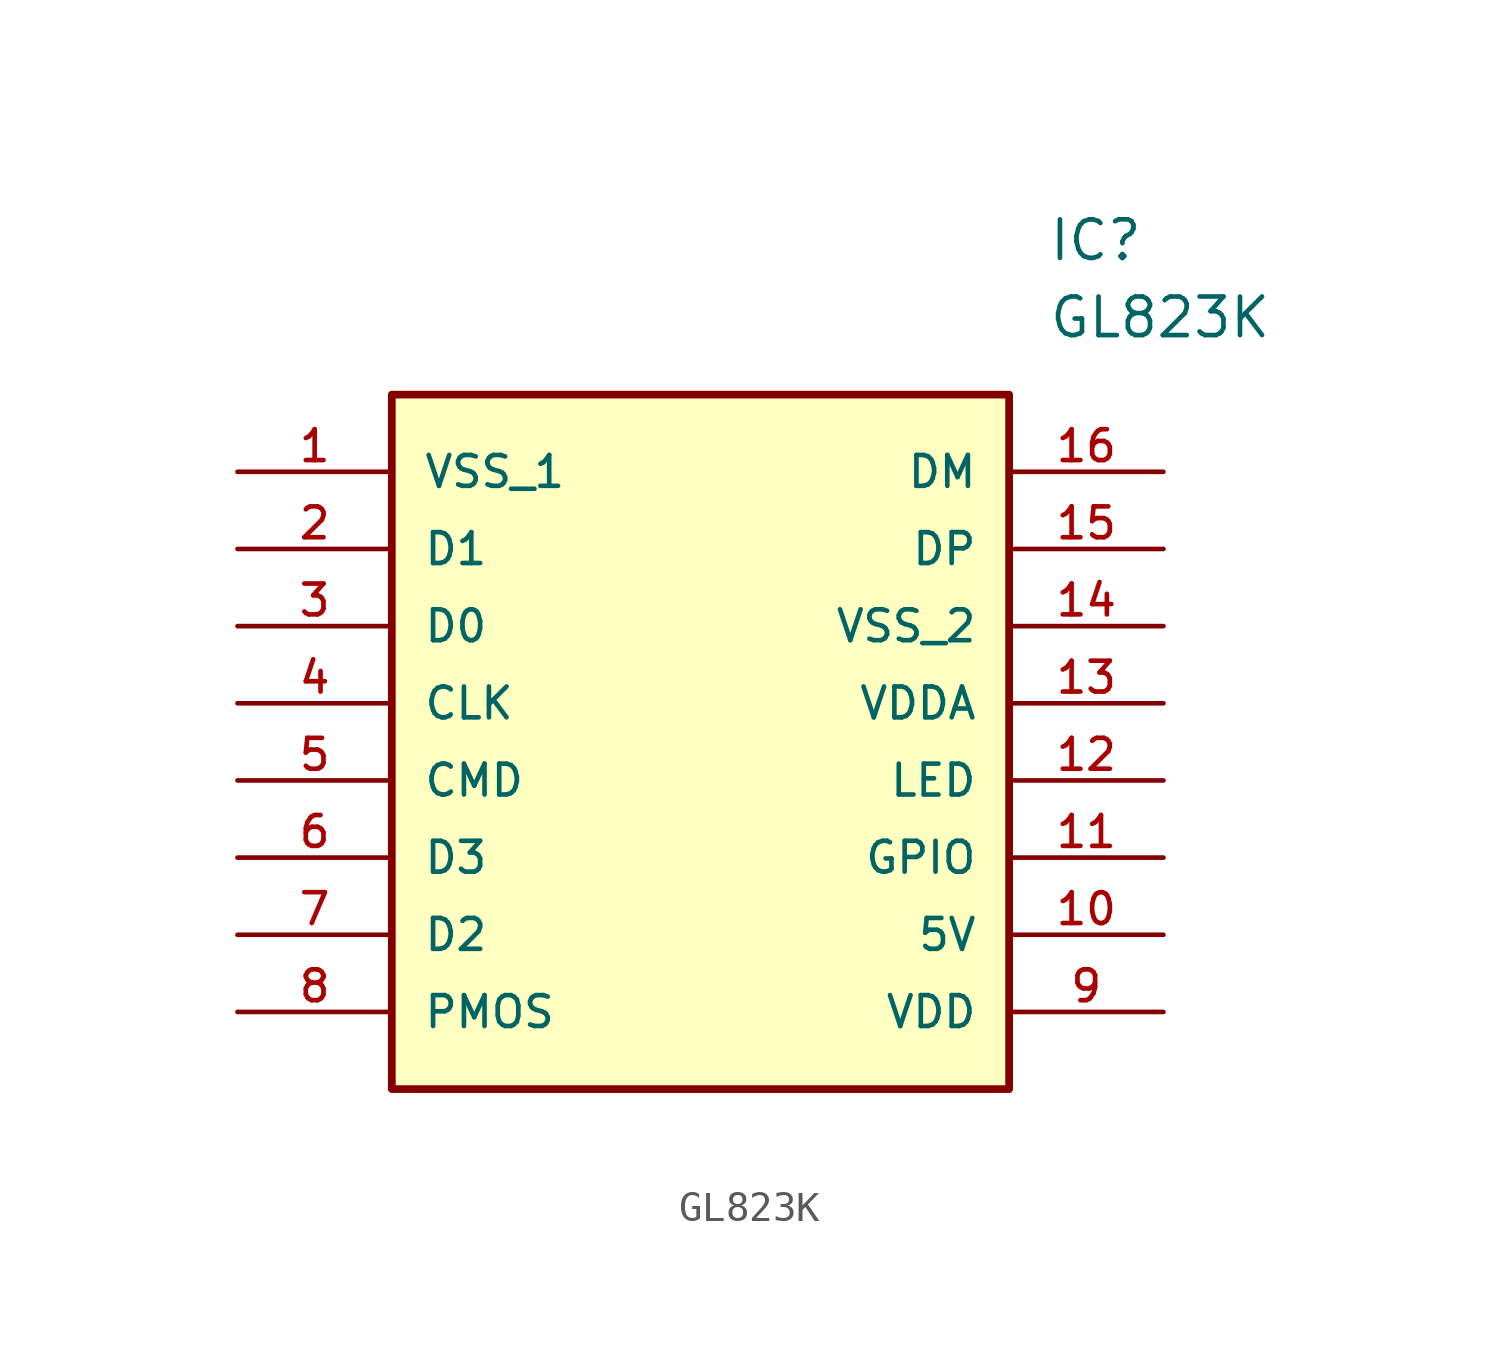
<source format=kicad_sym>
(kicad_symbol_lib
  (version 20211014)
  (generator kicad_symbol_editor)
  (symbol "GL823K"
    (pin_names
      (offset 1.016))
    (property "Reference" "IC"
      (at 26.67 7.62 0)
      (effects (font (size 1.27 1.27)) (justify left)))
    (property "Value" "GL823K"
      (at 26.67 5.08 0)
      (effects (font (size 1.27 1.27)) (justify left)))
    (symbol "GL823K_0_0"
      (rectangle (start 5.08 -20.32) (end 25.4 2.54) (stroke (width 0.254)) (fill (type background)))
      (pin bidirectional line (at 0.0 0.0 0) (length 5.08) (name "VSS_1" (effects (font (size 1.016 1.016)))) (number "1" (effects (font (size 1.016 1.016)))))
      (pin bidirectional line (at 0.0 -2.54 0) (length 5.08) (name "D1" (effects (font (size 1.016 1.016)))) (number "2" (effects (font (size 1.016 1.016)))))
      (pin bidirectional line (at 0.0 -5.08 0) (length 5.08) (name "D0" (effects (font (size 1.016 1.016)))) (number "3" (effects (font (size 1.016 1.016)))))
      (pin bidirectional line (at 0.0 -7.62 0) (length 5.08) (name "CLK" (effects (font (size 1.016 1.016)))) (number "4" (effects (font (size 1.016 1.016)))))
      (pin bidirectional line (at 0.0 -10.16 0) (length 5.08) (name "CMD" (effects (font (size 1.016 1.016)))) (number "5" (effects (font (size 1.016 1.016)))))
      (pin bidirectional line (at 0.0 -12.7 0) (length 5.08) (name "D3" (effects (font (size 1.016 1.016)))) (number "6" (effects (font (size 1.016 1.016)))))
      (pin bidirectional line (at 0.0 -15.24 0) (length 5.08) (name "D2" (effects (font (size 1.016 1.016)))) (number "7" (effects (font (size 1.016 1.016)))))
      (pin bidirectional line (at 0.0 -17.78 0) (length 5.08) (name "PMOS" (effects (font (size 1.016 1.016)))) (number "8" (effects (font (size 1.016 1.016)))))
      (pin bidirectional line (at 30.48 0.0 180.0) (length 5.08) (name "DM" (effects (font (size 1.016 1.016)))) (number "16" (effects (font (size 1.016 1.016)))))
      (pin bidirectional line (at 30.48 -2.54 180.0) (length 5.08) (name "DP" (effects (font (size 1.016 1.016)))) (number "15" (effects (font (size 1.016 1.016)))))
      (pin bidirectional line (at 30.48 -5.08 180.0) (length 5.08) (name "VSS_2" (effects (font (size 1.016 1.016)))) (number "14" (effects (font (size 1.016 1.016)))))
      (pin bidirectional line (at 30.48 -7.62 180.0) (length 5.08) (name "VDDA" (effects (font (size 1.016 1.016)))) (number "13" (effects (font (size 1.016 1.016)))))
      (pin bidirectional line (at 30.48 -10.16 180.0) (length 5.08) (name "LED" (effects (font (size 1.016 1.016)))) (number "12" (effects (font (size 1.016 1.016)))))
      (pin bidirectional line (at 30.48 -12.7 180.0) (length 5.08) (name "GPIO" (effects (font (size 1.016 1.016)))) (number "11" (effects (font (size 1.016 1.016)))))
      (pin bidirectional line (at 30.48 -15.24 180.0) (length 5.08) (name "5V" (effects (font (size 1.016 1.016)))) (number "10" (effects (font (size 1.016 1.016)))))
      (pin bidirectional line (at 30.48 -17.78 180.0) (length 5.08) (name "VDD" (effects (font (size 1.016 1.016)))) (number "9" (effects (font (size 1.016 1.016))))))))
</source>
